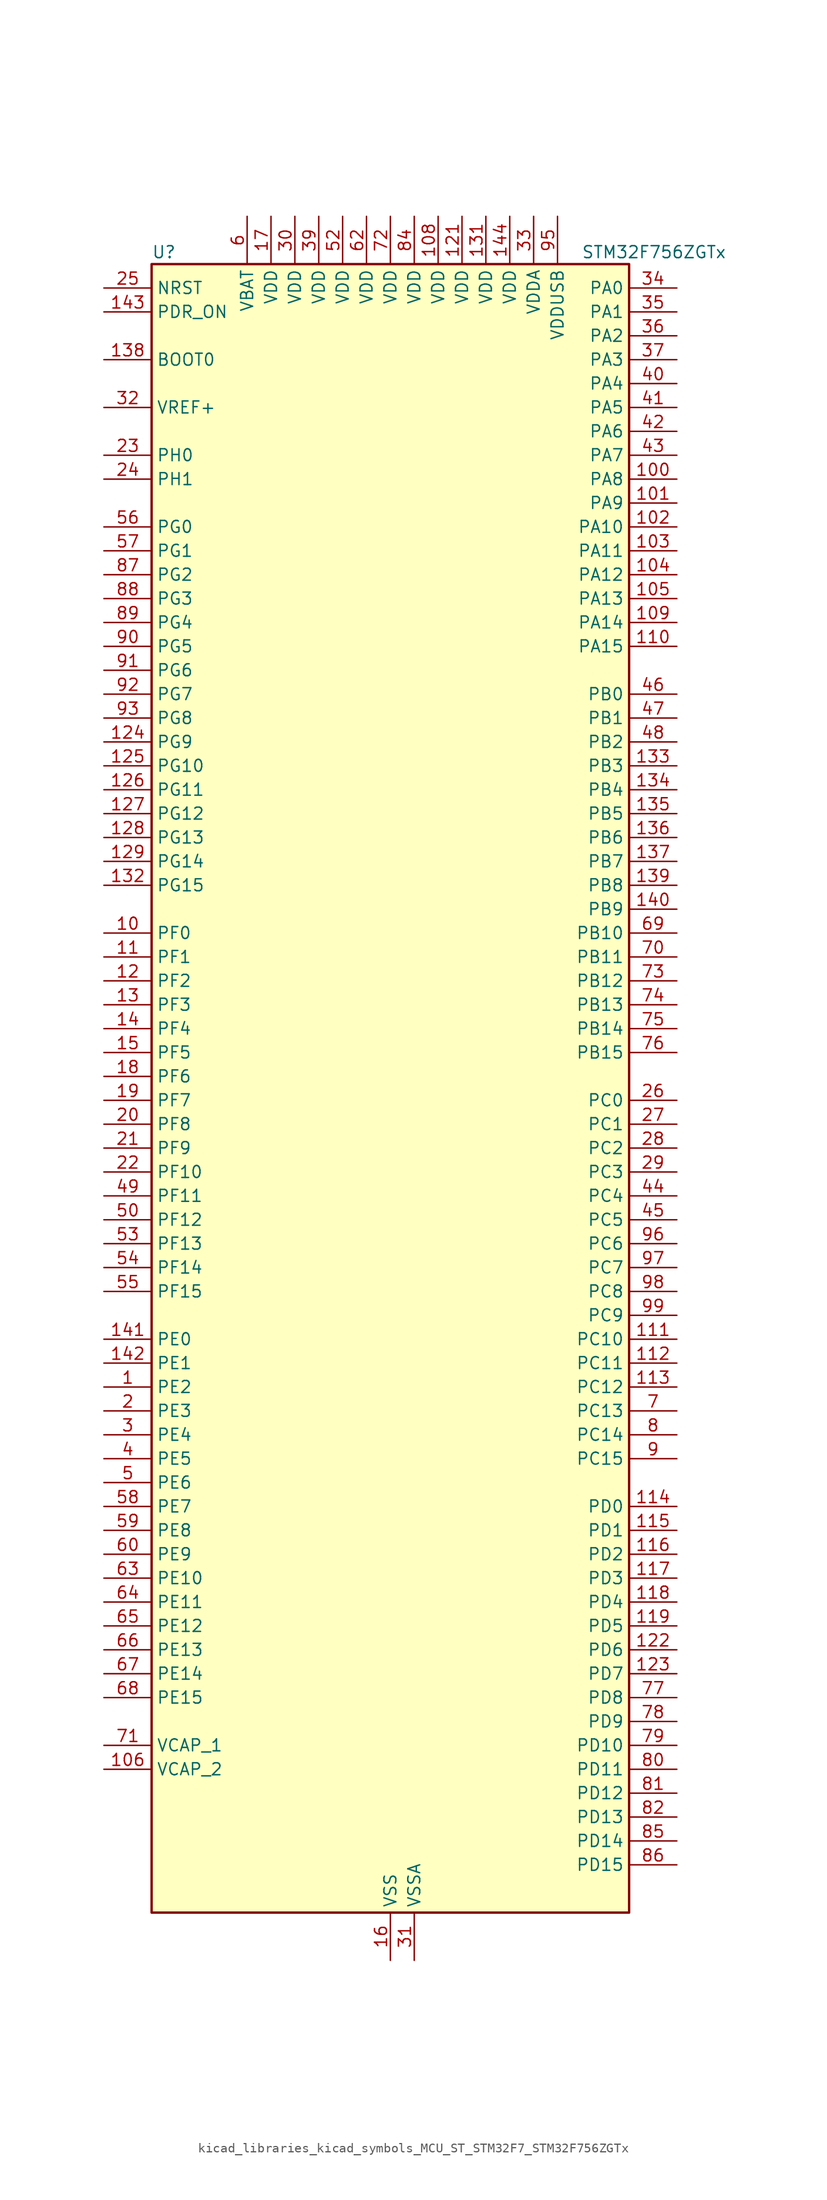
<source format=kicad_sym>
(kicad_symbol_lib
  (version 20220914)
  (generator kicad_symbol_editor)
  (symbol "kicad_libraries_kicad_symbols_MCU_ST_STM32F7_STM32F756ZGTx"
    (property "Reference" "U"
      (at -25.4 90.17 0)
      (effects (font (size 1.27 1.27)) (justify left)))
    (property "Value" "STM32F756ZGTx"
      (at 20.32 90.17 0)
      (effects (font (size 1.27 1.27)) (justify left)))
    (property "ki_locked" ""
      (at 0 0 0)
      (effects (font (size 1.27 1.27))))
    (symbol "kicad_libraries_kicad_symbols_MCU_ST_STM32F7_STM32F756ZGTx_0_1"
      (rectangle (start -25.4 -86.36) (end 25.4 88.9) (stroke (width 0.254) (type default)) (fill (type background))))
    (symbol "kicad_libraries_kicad_symbols_MCU_ST_STM32F7_STM32F756ZGTx_1_1"
      (pin bidirectional line (at -30.48 -30.48 0) (length 5.08) (name "PE2" (effects (font (size 1.27 1.27)))) (number "1" (effects (font (size 1.27 1.27)))) (alternate "ETH_TXD3" bidirectional line) (alternate "FMC_A23" bidirectional line) (alternate "QUADSPI_BK1_IO2" bidirectional line) (alternate "SAI1_MCLK_A" bidirectional line) (alternate "SPI4_SCK" bidirectional line) (alternate "SYS_TRACECLK" bidirectional line))
      (pin bidirectional line (at -30.48 17.78 0) (length 5.08) (name "PF0" (effects (font (size 1.27 1.27)))) (number "10" (effects (font (size 1.27 1.27)))) (alternate "FMC_A0" bidirectional line) (alternate "I2C2_SDA" bidirectional line))
      (pin bidirectional line (at 30.48 66.04 180) (length 5.08) (name "PA8" (effects (font (size 1.27 1.27)))) (number "100" (effects (font (size 1.27 1.27)))) (alternate "I2C3_SCL" bidirectional line) (alternate "LTDC_R6" bidirectional line) (alternate "RCC_MCO_1" bidirectional line) (alternate "TIM1_CH1" bidirectional line) (alternate "TIM8_BKIN2" bidirectional line) (alternate "USART1_CK" bidirectional line) (alternate "USB_OTG_FS_SOF" bidirectional line))
      (pin bidirectional line (at 30.48 63.5 180) (length 5.08) (name "PA9" (effects (font (size 1.27 1.27)))) (number "101" (effects (font (size 1.27 1.27)))) (alternate "DAC_EXTI9" bidirectional line) (alternate "DCMI_D0" bidirectional line) (alternate "I2C3_SMBA" bidirectional line) (alternate "I2S2_CK" bidirectional line) (alternate "SPI2_SCK" bidirectional line) (alternate "TIM1_CH2" bidirectional line) (alternate "USART1_TX" bidirectional line) (alternate "USB_OTG_FS_VBUS" bidirectional line))
      (pin bidirectional line (at 30.48 60.96 180) (length 5.08) (name "PA10" (effects (font (size 1.27 1.27)))) (number "102" (effects (font (size 1.27 1.27)))) (alternate "DCMI_D1" bidirectional line) (alternate "TIM1_CH3" bidirectional line) (alternate "USART1_RX" bidirectional line) (alternate "USB_OTG_FS_ID" bidirectional line))
      (pin bidirectional line (at 30.48 58.42 180) (length 5.08) (name "PA11" (effects (font (size 1.27 1.27)))) (number "103" (effects (font (size 1.27 1.27)))) (alternate "ADC1_EXTI11" bidirectional line) (alternate "ADC2_EXTI11" bidirectional line) (alternate "ADC3_EXTI11" bidirectional line) (alternate "CAN1_RX" bidirectional line) (alternate "LTDC_R4" bidirectional line) (alternate "TIM1_CH4" bidirectional line) (alternate "USART1_CTS" bidirectional line) (alternate "USB_OTG_FS_DM" bidirectional line))
      (pin bidirectional line (at 30.48 55.88 180) (length 5.08) (name "PA12" (effects (font (size 1.27 1.27)))) (number "104" (effects (font (size 1.27 1.27)))) (alternate "CAN1_TX" bidirectional line) (alternate "LTDC_R5" bidirectional line) (alternate "SAI2_FS_B" bidirectional line) (alternate "TIM1_ETR" bidirectional line) (alternate "USART1_DE" bidirectional line) (alternate "USART1_RTS" bidirectional line) (alternate "USB_OTG_FS_DP" bidirectional line))
      (pin bidirectional line (at 30.48 53.34 180) (length 5.08) (name "PA13" (effects (font (size 1.27 1.27)))) (number "105" (effects (font (size 1.27 1.27)))) (alternate "SYS_JTMS-SWDIO" bidirectional line))
      (pin power_out line (at -30.48 -71.12 0) (length 5.08) (name "VCAP_2" (effects (font (size 1.27 1.27)))) (number "106" (effects (font (size 1.27 1.27)))))
      (pin passive line (at 0 -91.44 90) (length 5.08) hide (name "VSS" (effects (font (size 1.27 1.27)))) (number "107" (effects (font (size 1.27 1.27)))))
      (pin power_in line (at 5.08 93.98 270) (length 5.08) (name "VDD" (effects (font (size 1.27 1.27)))) (number "108" (effects (font (size 1.27 1.27)))))
      (pin bidirectional line (at 30.48 50.8 180) (length 5.08) (name "PA14" (effects (font (size 1.27 1.27)))) (number "109" (effects (font (size 1.27 1.27)))) (alternate "SYS_JTCK-SWCLK" bidirectional line))
      (pin bidirectional line (at -30.48 15.24 0) (length 5.08) (name "PF1" (effects (font (size 1.27 1.27)))) (number "11" (effects (font (size 1.27 1.27)))) (alternate "FMC_A1" bidirectional line) (alternate "I2C2_SCL" bidirectional line))
      (pin bidirectional line (at 30.48 48.26 180) (length 5.08) (name "PA15" (effects (font (size 1.27 1.27)))) (number "110" (effects (font (size 1.27 1.27)))) (alternate "CEC" bidirectional line) (alternate "I2S1_WS" bidirectional line) (alternate "I2S3_WS" bidirectional line) (alternate "SPI1_NSS" bidirectional line) (alternate "SPI3_NSS" bidirectional line) (alternate "SYS_JTDI" bidirectional line) (alternate "TIM2_CH1" bidirectional line) (alternate "TIM2_ETR" bidirectional line) (alternate "UART4_DE" bidirectional line) (alternate "UART4_RTS" bidirectional line))
      (pin bidirectional line (at 30.48 -25.4 180) (length 5.08) (name "PC10" (effects (font (size 1.27 1.27)))) (number "111" (effects (font (size 1.27 1.27)))) (alternate "DCMI_D8" bidirectional line) (alternate "I2S3_CK" bidirectional line) (alternate "LTDC_R2" bidirectional line) (alternate "QUADSPI_BK1_IO1" bidirectional line) (alternate "SDMMC1_D2" bidirectional line) (alternate "SPI3_SCK" bidirectional line) (alternate "UART4_TX" bidirectional line) (alternate "USART3_TX" bidirectional line))
      (pin bidirectional line (at 30.48 -27.94 180) (length 5.08) (name "PC11" (effects (font (size 1.27 1.27)))) (number "112" (effects (font (size 1.27 1.27)))) (alternate "ADC1_EXTI11" bidirectional line) (alternate "ADC2_EXTI11" bidirectional line) (alternate "ADC3_EXTI11" bidirectional line) (alternate "DCMI_D4" bidirectional line) (alternate "QUADSPI_BK2_NCS" bidirectional line) (alternate "SDMMC1_D3" bidirectional line) (alternate "SPI3_MISO" bidirectional line) (alternate "UART4_RX" bidirectional line) (alternate "USART3_RX" bidirectional line))
      (pin bidirectional line (at 30.48 -30.48 180) (length 5.08) (name "PC12" (effects (font (size 1.27 1.27)))) (number "113" (effects (font (size 1.27 1.27)))) (alternate "DCMI_D9" bidirectional line) (alternate "I2S3_SD" bidirectional line) (alternate "SDMMC1_CK" bidirectional line) (alternate "SPI3_MOSI" bidirectional line) (alternate "SYS_TRACED3" bidirectional line) (alternate "UART5_TX" bidirectional line) (alternate "USART3_CK" bidirectional line))
      (pin bidirectional line (at 30.48 -43.18 180) (length 5.08) (name "PD0" (effects (font (size 1.27 1.27)))) (number "114" (effects (font (size 1.27 1.27)))) (alternate "CAN1_RX" bidirectional line) (alternate "FMC_D2" bidirectional line) (alternate "FMC_DA2" bidirectional line))
      (pin bidirectional line (at 30.48 -45.72 180) (length 5.08) (name "PD1" (effects (font (size 1.27 1.27)))) (number "115" (effects (font (size 1.27 1.27)))) (alternate "CAN1_TX" bidirectional line) (alternate "FMC_D3" bidirectional line) (alternate "FMC_DA3" bidirectional line))
      (pin bidirectional line (at 30.48 -48.26 180) (length 5.08) (name "PD2" (effects (font (size 1.27 1.27)))) (number "116" (effects (font (size 1.27 1.27)))) (alternate "DCMI_D11" bidirectional line) (alternate "SDMMC1_CMD" bidirectional line) (alternate "SYS_TRACED2" bidirectional line) (alternate "TIM3_ETR" bidirectional line) (alternate "UART5_RX" bidirectional line))
      (pin bidirectional line (at 30.48 -50.8 180) (length 5.08) (name "PD3" (effects (font (size 1.27 1.27)))) (number "117" (effects (font (size 1.27 1.27)))) (alternate "DCMI_D5" bidirectional line) (alternate "FMC_CLK" bidirectional line) (alternate "I2S2_CK" bidirectional line) (alternate "LTDC_G7" bidirectional line) (alternate "SPI2_SCK" bidirectional line) (alternate "USART2_CTS" bidirectional line))
      (pin bidirectional line (at 30.48 -53.34 180) (length 5.08) (name "PD4" (effects (font (size 1.27 1.27)))) (number "118" (effects (font (size 1.27 1.27)))) (alternate "FMC_NOE" bidirectional line) (alternate "USART2_DE" bidirectional line) (alternate "USART2_RTS" bidirectional line))
      (pin bidirectional line (at 30.48 -55.88 180) (length 5.08) (name "PD5" (effects (font (size 1.27 1.27)))) (number "119" (effects (font (size 1.27 1.27)))) (alternate "FMC_NWE" bidirectional line) (alternate "USART2_TX" bidirectional line))
      (pin bidirectional line (at -30.48 12.7 0) (length 5.08) (name "PF2" (effects (font (size 1.27 1.27)))) (number "12" (effects (font (size 1.27 1.27)))) (alternate "FMC_A2" bidirectional line) (alternate "I2C2_SMBA" bidirectional line))
      (pin passive line (at 0 -91.44 90) (length 5.08) hide (name "VSS" (effects (font (size 1.27 1.27)))) (number "120" (effects (font (size 1.27 1.27)))))
      (pin power_in line (at 7.62 93.98 270) (length 5.08) (name "VDD" (effects (font (size 1.27 1.27)))) (number "121" (effects (font (size 1.27 1.27)))))
      (pin bidirectional line (at 30.48 -58.42 180) (length 5.08) (name "PD6" (effects (font (size 1.27 1.27)))) (number "122" (effects (font (size 1.27 1.27)))) (alternate "DCMI_D10" bidirectional line) (alternate "FMC_NWAIT" bidirectional line) (alternate "I2S3_SD" bidirectional line) (alternate "LTDC_B2" bidirectional line) (alternate "SAI1_SD_A" bidirectional line) (alternate "SPI3_MOSI" bidirectional line) (alternate "USART2_RX" bidirectional line))
      (pin bidirectional line (at 30.48 -60.96 180) (length 5.08) (name "PD7" (effects (font (size 1.27 1.27)))) (number "123" (effects (font (size 1.27 1.27)))) (alternate "FMC_NE1" bidirectional line) (alternate "SPDIFRX_IN0" bidirectional line) (alternate "USART2_CK" bidirectional line))
      (pin bidirectional line (at -30.48 38.1 0) (length 5.08) (name "PG9" (effects (font (size 1.27 1.27)))) (number "124" (effects (font (size 1.27 1.27)))) (alternate "DAC_EXTI9" bidirectional line) (alternate "DCMI_VSYNC" bidirectional line) (alternate "FMC_NCE" bidirectional line) (alternate "FMC_NE2" bidirectional line) (alternate "QUADSPI_BK2_IO2" bidirectional line) (alternate "SAI2_FS_B" bidirectional line) (alternate "SPDIFRX_IN3" bidirectional line) (alternate "USART6_RX" bidirectional line))
      (pin bidirectional line (at -30.48 35.56 0) (length 5.08) (name "PG10" (effects (font (size 1.27 1.27)))) (number "125" (effects (font (size 1.27 1.27)))) (alternate "DCMI_D2" bidirectional line) (alternate "FMC_NE3" bidirectional line) (alternate "LTDC_B2" bidirectional line) (alternate "LTDC_G3" bidirectional line) (alternate "SAI2_SD_B" bidirectional line))
      (pin bidirectional line (at -30.48 33.02 0) (length 5.08) (name "PG11" (effects (font (size 1.27 1.27)))) (number "126" (effects (font (size 1.27 1.27)))) (alternate "ADC1_EXTI11" bidirectional line) (alternate "ADC2_EXTI11" bidirectional line) (alternate "ADC3_EXTI11" bidirectional line) (alternate "DCMI_D3" bidirectional line) (alternate "ETH_TX_EN" bidirectional line) (alternate "LTDC_B3" bidirectional line) (alternate "SPDIFRX_IN0" bidirectional line))
      (pin bidirectional line (at -30.48 30.48 0) (length 5.08) (name "PG12" (effects (font (size 1.27 1.27)))) (number "127" (effects (font (size 1.27 1.27)))) (alternate "FMC_NE4" bidirectional line) (alternate "LPTIM1_IN1" bidirectional line) (alternate "LTDC_B1" bidirectional line) (alternate "LTDC_B4" bidirectional line) (alternate "SPDIFRX_IN1" bidirectional line) (alternate "SPI6_MISO" bidirectional line) (alternate "USART6_DE" bidirectional line) (alternate "USART6_RTS" bidirectional line))
      (pin bidirectional line (at -30.48 27.94 0) (length 5.08) (name "PG13" (effects (font (size 1.27 1.27)))) (number "128" (effects (font (size 1.27 1.27)))) (alternate "ETH_TXD0" bidirectional line) (alternate "FMC_A24" bidirectional line) (alternate "LPTIM1_OUT" bidirectional line) (alternate "LTDC_R0" bidirectional line) (alternate "SPI6_SCK" bidirectional line) (alternate "SYS_TRACED0" bidirectional line) (alternate "USART6_CTS" bidirectional line))
      (pin bidirectional line (at -30.48 25.4 0) (length 5.08) (name "PG14" (effects (font (size 1.27 1.27)))) (number "129" (effects (font (size 1.27 1.27)))) (alternate "ETH_TXD1" bidirectional line) (alternate "FMC_A25" bidirectional line) (alternate "LPTIM1_ETR" bidirectional line) (alternate "LTDC_B0" bidirectional line) (alternate "QUADSPI_BK2_IO3" bidirectional line) (alternate "SPI6_MOSI" bidirectional line) (alternate "SYS_TRACED1" bidirectional line) (alternate "USART6_TX" bidirectional line))
      (pin bidirectional line (at -30.48 10.16 0) (length 5.08) (name "PF3" (effects (font (size 1.27 1.27)))) (number "13" (effects (font (size 1.27 1.27)))) (alternate "ADC3_IN9" bidirectional line) (alternate "FMC_A3" bidirectional line))
      (pin passive line (at 0 -91.44 90) (length 5.08) hide (name "VSS" (effects (font (size 1.27 1.27)))) (number "130" (effects (font (size 1.27 1.27)))))
      (pin power_in line (at 10.16 93.98 270) (length 5.08) (name "VDD" (effects (font (size 1.27 1.27)))) (number "131" (effects (font (size 1.27 1.27)))))
      (pin bidirectional line (at -30.48 22.86 0) (length 5.08) (name "PG15" (effects (font (size 1.27 1.27)))) (number "132" (effects (font (size 1.27 1.27)))) (alternate "DCMI_D13" bidirectional line) (alternate "FMC_SDNCAS" bidirectional line) (alternate "USART6_CTS" bidirectional line))
      (pin bidirectional line (at 30.48 35.56 180) (length 5.08) (name "PB3" (effects (font (size 1.27 1.27)))) (number "133" (effects (font (size 1.27 1.27)))) (alternate "I2S1_CK" bidirectional line) (alternate "I2S3_CK" bidirectional line) (alternate "SPI1_SCK" bidirectional line) (alternate "SPI3_SCK" bidirectional line) (alternate "SYS_JTDO-SWO" bidirectional line) (alternate "TIM2_CH2" bidirectional line))
      (pin bidirectional line (at 30.48 33.02 180) (length 5.08) (name "PB4" (effects (font (size 1.27 1.27)))) (number "134" (effects (font (size 1.27 1.27)))) (alternate "I2S2_WS" bidirectional line) (alternate "SPI1_MISO" bidirectional line) (alternate "SPI2_NSS" bidirectional line) (alternate "SPI3_MISO" bidirectional line) (alternate "SYS_JTRST" bidirectional line) (alternate "TIM3_CH1" bidirectional line))
      (pin bidirectional line (at 30.48 30.48 180) (length 5.08) (name "PB5" (effects (font (size 1.27 1.27)))) (number "135" (effects (font (size 1.27 1.27)))) (alternate "CAN2_RX" bidirectional line) (alternate "DCMI_D10" bidirectional line) (alternate "ETH_PPS_OUT" bidirectional line) (alternate "FMC_SDCKE1" bidirectional line) (alternate "I2C1_SMBA" bidirectional line) (alternate "I2S1_SD" bidirectional line) (alternate "I2S3_SD" bidirectional line) (alternate "SPI1_MOSI" bidirectional line) (alternate "SPI3_MOSI" bidirectional line) (alternate "TIM3_CH2" bidirectional line) (alternate "USB_OTG_HS_ULPI_D7" bidirectional line))
      (pin bidirectional line (at 30.48 27.94 180) (length 5.08) (name "PB6" (effects (font (size 1.27 1.27)))) (number "136" (effects (font (size 1.27 1.27)))) (alternate "CAN2_TX" bidirectional line) (alternate "CEC" bidirectional line) (alternate "DCMI_D5" bidirectional line) (alternate "FMC_SDNE1" bidirectional line) (alternate "I2C1_SCL" bidirectional line) (alternate "QUADSPI_BK1_NCS" bidirectional line) (alternate "TIM4_CH1" bidirectional line) (alternate "USART1_TX" bidirectional line))
      (pin bidirectional line (at 30.48 25.4 180) (length 5.08) (name "PB7" (effects (font (size 1.27 1.27)))) (number "137" (effects (font (size 1.27 1.27)))) (alternate "DCMI_VSYNC" bidirectional line) (alternate "FMC_NL" bidirectional line) (alternate "I2C1_SDA" bidirectional line) (alternate "TIM4_CH2" bidirectional line) (alternate "USART1_RX" bidirectional line))
      (pin input line (at -30.48 78.74 0) (length 5.08) (name "BOOT0" (effects (font (size 1.27 1.27)))) (number "138" (effects (font (size 1.27 1.27)))))
      (pin bidirectional line (at 30.48 22.86 180) (length 5.08) (name "PB8" (effects (font (size 1.27 1.27)))) (number "139" (effects (font (size 1.27 1.27)))) (alternate "CAN1_RX" bidirectional line) (alternate "DCMI_D6" bidirectional line) (alternate "ETH_TXD3" bidirectional line) (alternate "I2C1_SCL" bidirectional line) (alternate "LTDC_B6" bidirectional line) (alternate "SDMMC1_D4" bidirectional line) (alternate "TIM10_CH1" bidirectional line) (alternate "TIM4_CH3" bidirectional line))
      (pin bidirectional line (at -30.48 7.62 0) (length 5.08) (name "PF4" (effects (font (size 1.27 1.27)))) (number "14" (effects (font (size 1.27 1.27)))) (alternate "ADC3_IN14" bidirectional line) (alternate "FMC_A4" bidirectional line))
      (pin bidirectional line (at 30.48 20.32 180) (length 5.08) (name "PB9" (effects (font (size 1.27 1.27)))) (number "140" (effects (font (size 1.27 1.27)))) (alternate "CAN1_TX" bidirectional line) (alternate "DAC_EXTI9" bidirectional line) (alternate "DCMI_D7" bidirectional line) (alternate "I2C1_SDA" bidirectional line) (alternate "I2S2_WS" bidirectional line) (alternate "LTDC_B7" bidirectional line) (alternate "SDMMC1_D5" bidirectional line) (alternate "SPI2_NSS" bidirectional line) (alternate "TIM11_CH1" bidirectional line) (alternate "TIM4_CH4" bidirectional line))
      (pin bidirectional line (at -30.48 -25.4 0) (length 5.08) (name "PE0" (effects (font (size 1.27 1.27)))) (number "141" (effects (font (size 1.27 1.27)))) (alternate "DCMI_D2" bidirectional line) (alternate "FMC_NBL0" bidirectional line) (alternate "LPTIM1_ETR" bidirectional line) (alternate "SAI2_MCLK_A" bidirectional line) (alternate "TIM4_ETR" bidirectional line) (alternate "UART8_RX" bidirectional line))
      (pin bidirectional line (at -30.48 -27.94 0) (length 5.08) (name "PE1" (effects (font (size 1.27 1.27)))) (number "142" (effects (font (size 1.27 1.27)))) (alternate "DCMI_D3" bidirectional line) (alternate "FMC_NBL1" bidirectional line) (alternate "LPTIM1_IN2" bidirectional line) (alternate "UART8_TX" bidirectional line))
      (pin input line (at -30.48 83.82 0) (length 5.08) (name "PDR_ON" (effects (font (size 1.27 1.27)))) (number "143" (effects (font (size 1.27 1.27)))))
      (pin power_in line (at 12.7 93.98 270) (length 5.08) (name "VDD" (effects (font (size 1.27 1.27)))) (number "144" (effects (font (size 1.27 1.27)))))
      (pin bidirectional line (at -30.48 5.08 0) (length 5.08) (name "PF5" (effects (font (size 1.27 1.27)))) (number "15" (effects (font (size 1.27 1.27)))) (alternate "ADC3_IN15" bidirectional line) (alternate "FMC_A5" bidirectional line))
      (pin power_in line (at 0 -91.44 90) (length 5.08) (name "VSS" (effects (font (size 1.27 1.27)))) (number "16" (effects (font (size 1.27 1.27)))))
      (pin power_in line (at -12.7 93.98 270) (length 5.08) (name "VDD" (effects (font (size 1.27 1.27)))) (number "17" (effects (font (size 1.27 1.27)))))
      (pin bidirectional line (at -30.48 2.54 0) (length 5.08) (name "PF6" (effects (font (size 1.27 1.27)))) (number "18" (effects (font (size 1.27 1.27)))) (alternate "ADC3_IN4" bidirectional line) (alternate "QUADSPI_BK1_IO3" bidirectional line) (alternate "SAI1_SD_B" bidirectional line) (alternate "SPI5_NSS" bidirectional line) (alternate "TIM10_CH1" bidirectional line) (alternate "UART7_RX" bidirectional line))
      (pin bidirectional line (at -30.48 0 0) (length 5.08) (name "PF7" (effects (font (size 1.27 1.27)))) (number "19" (effects (font (size 1.27 1.27)))) (alternate "ADC3_IN5" bidirectional line) (alternate "QUADSPI_BK1_IO2" bidirectional line) (alternate "SAI1_MCLK_B" bidirectional line) (alternate "SPI5_SCK" bidirectional line) (alternate "TIM11_CH1" bidirectional line) (alternate "UART7_TX" bidirectional line))
      (pin bidirectional line (at -30.48 -33.02 0) (length 5.08) (name "PE3" (effects (font (size 1.27 1.27)))) (number "2" (effects (font (size 1.27 1.27)))) (alternate "FMC_A19" bidirectional line) (alternate "SAI1_SD_B" bidirectional line) (alternate "SYS_TRACED0" bidirectional line))
      (pin bidirectional line (at -30.48 -2.54 0) (length 5.08) (name "PF8" (effects (font (size 1.27 1.27)))) (number "20" (effects (font (size 1.27 1.27)))) (alternate "ADC3_IN6" bidirectional line) (alternate "QUADSPI_BK1_IO0" bidirectional line) (alternate "SAI1_SCK_B" bidirectional line) (alternate "SPI5_MISO" bidirectional line) (alternate "TIM13_CH1" bidirectional line) (alternate "UART7_DE" bidirectional line) (alternate "UART7_RTS" bidirectional line))
      (pin bidirectional line (at -30.48 -5.08 0) (length 5.08) (name "PF9" (effects (font (size 1.27 1.27)))) (number "21" (effects (font (size 1.27 1.27)))) (alternate "ADC3_IN7" bidirectional line) (alternate "DAC_EXTI9" bidirectional line) (alternate "QUADSPI_BK1_IO1" bidirectional line) (alternate "SAI1_FS_B" bidirectional line) (alternate "SPI5_MOSI" bidirectional line) (alternate "TIM14_CH1" bidirectional line) (alternate "UART7_CTS" bidirectional line))
      (pin bidirectional line (at -30.48 -7.62 0) (length 5.08) (name "PF10" (effects (font (size 1.27 1.27)))) (number "22" (effects (font (size 1.27 1.27)))) (alternate "ADC3_IN8" bidirectional line) (alternate "DCMI_D11" bidirectional line) (alternate "LTDC_DE" bidirectional line))
      (pin bidirectional line (at -30.48 68.58 0) (length 5.08) (name "PH0" (effects (font (size 1.27 1.27)))) (number "23" (effects (font (size 1.27 1.27)))) (alternate "RCC_OSC_IN" bidirectional line))
      (pin bidirectional line (at -30.48 66.04 0) (length 5.08) (name "PH1" (effects (font (size 1.27 1.27)))) (number "24" (effects (font (size 1.27 1.27)))) (alternate "RCC_OSC_OUT" bidirectional line))
      (pin input line (at -30.48 86.36 0) (length 5.08) (name "NRST" (effects (font (size 1.27 1.27)))) (number "25" (effects (font (size 1.27 1.27)))))
      (pin bidirectional line (at 30.48 0 180) (length 5.08) (name "PC0" (effects (font (size 1.27 1.27)))) (number "26" (effects (font (size 1.27 1.27)))) (alternate "ADC1_IN10" bidirectional line) (alternate "ADC2_IN10" bidirectional line) (alternate "ADC3_IN10" bidirectional line) (alternate "FMC_SDNWE" bidirectional line) (alternate "LTDC_R5" bidirectional line) (alternate "SAI2_FS_B" bidirectional line) (alternate "USB_OTG_HS_ULPI_STP" bidirectional line))
      (pin bidirectional line (at 30.48 -2.54 180) (length 5.08) (name "PC1" (effects (font (size 1.27 1.27)))) (number "27" (effects (font (size 1.27 1.27)))) (alternate "ADC1_IN11" bidirectional line) (alternate "ADC2_IN11" bidirectional line) (alternate "ADC3_IN11" bidirectional line) (alternate "ETH_MDC" bidirectional line) (alternate "I2S2_SD" bidirectional line) (alternate "RTC_TAMP3" bidirectional line) (alternate "RTC_TS" bidirectional line) (alternate "SAI1_SD_A" bidirectional line) (alternate "SPI2_MOSI" bidirectional line) (alternate "SYS_TRACED0" bidirectional line) (alternate "SYS_WKUP3" bidirectional line))
      (pin bidirectional line (at 30.48 -5.08 180) (length 5.08) (name "PC2" (effects (font (size 1.27 1.27)))) (number "28" (effects (font (size 1.27 1.27)))) (alternate "ADC1_IN12" bidirectional line) (alternate "ADC2_IN12" bidirectional line) (alternate "ADC3_IN12" bidirectional line) (alternate "ETH_TXD2" bidirectional line) (alternate "FMC_SDNE0" bidirectional line) (alternate "SPI2_MISO" bidirectional line) (alternate "USB_OTG_HS_ULPI_DIR" bidirectional line))
      (pin bidirectional line (at 30.48 -7.62 180) (length 5.08) (name "PC3" (effects (font (size 1.27 1.27)))) (number "29" (effects (font (size 1.27 1.27)))) (alternate "ADC1_IN13" bidirectional line) (alternate "ADC2_IN13" bidirectional line) (alternate "ADC3_IN13" bidirectional line) (alternate "ETH_TX_CLK" bidirectional line) (alternate "FMC_SDCKE0" bidirectional line) (alternate "I2S2_SD" bidirectional line) (alternate "SPI2_MOSI" bidirectional line) (alternate "USB_OTG_HS_ULPI_NXT" bidirectional line))
      (pin bidirectional line (at -30.48 -35.56 0) (length 5.08) (name "PE4" (effects (font (size 1.27 1.27)))) (number "3" (effects (font (size 1.27 1.27)))) (alternate "DCMI_D4" bidirectional line) (alternate "FMC_A20" bidirectional line) (alternate "LTDC_B0" bidirectional line) (alternate "SAI1_FS_A" bidirectional line) (alternate "SPI4_NSS" bidirectional line) (alternate "SYS_TRACED1" bidirectional line))
      (pin power_in line (at -10.16 93.98 270) (length 5.08) (name "VDD" (effects (font (size 1.27 1.27)))) (number "30" (effects (font (size 1.27 1.27)))))
      (pin power_in line (at 2.54 -91.44 90) (length 5.08) (name "VSSA" (effects (font (size 1.27 1.27)))) (number "31" (effects (font (size 1.27 1.27)))))
      (pin input line (at -30.48 73.66 0) (length 5.08) (name "VREF+" (effects (font (size 1.27 1.27)))) (number "32" (effects (font (size 1.27 1.27)))))
      (pin power_in line (at 15.24 93.98 270) (length 5.08) (name "VDDA" (effects (font (size 1.27 1.27)))) (number "33" (effects (font (size 1.27 1.27)))))
      (pin bidirectional line (at 30.48 86.36 180) (length 5.08) (name "PA0" (effects (font (size 1.27 1.27)))) (number "34" (effects (font (size 1.27 1.27)))) (alternate "ADC1_IN0" bidirectional line) (alternate "ADC2_IN0" bidirectional line) (alternate "ADC3_IN0" bidirectional line) (alternate "ETH_CRS" bidirectional line) (alternate "SAI2_SD_B" bidirectional line) (alternate "SYS_WKUP1" bidirectional line) (alternate "TIM2_CH1" bidirectional line) (alternate "TIM2_ETR" bidirectional line) (alternate "TIM5_CH1" bidirectional line) (alternate "TIM8_ETR" bidirectional line) (alternate "UART4_TX" bidirectional line) (alternate "USART2_CTS" bidirectional line))
      (pin bidirectional line (at 30.48 83.82 180) (length 5.08) (name "PA1" (effects (font (size 1.27 1.27)))) (number "35" (effects (font (size 1.27 1.27)))) (alternate "ADC1_IN1" bidirectional line) (alternate "ADC2_IN1" bidirectional line) (alternate "ADC3_IN1" bidirectional line) (alternate "ETH_REF_CLK" bidirectional line) (alternate "ETH_RX_CLK" bidirectional line) (alternate "LTDC_R2" bidirectional line) (alternate "QUADSPI_BK1_IO3" bidirectional line) (alternate "SAI2_MCLK_B" bidirectional line) (alternate "TIM2_CH2" bidirectional line) (alternate "TIM5_CH2" bidirectional line) (alternate "UART4_RX" bidirectional line) (alternate "USART2_DE" bidirectional line) (alternate "USART2_RTS" bidirectional line))
      (pin bidirectional line (at 30.48 81.28 180) (length 5.08) (name "PA2" (effects (font (size 1.27 1.27)))) (number "36" (effects (font (size 1.27 1.27)))) (alternate "ADC1_IN2" bidirectional line) (alternate "ADC2_IN2" bidirectional line) (alternate "ADC3_IN2" bidirectional line) (alternate "ETH_MDIO" bidirectional line) (alternate "LTDC_R1" bidirectional line) (alternate "SAI2_SCK_B" bidirectional line) (alternate "SYS_WKUP2" bidirectional line) (alternate "TIM2_CH3" bidirectional line) (alternate "TIM5_CH3" bidirectional line) (alternate "TIM9_CH1" bidirectional line) (alternate "USART2_TX" bidirectional line))
      (pin bidirectional line (at 30.48 78.74 180) (length 5.08) (name "PA3" (effects (font (size 1.27 1.27)))) (number "37" (effects (font (size 1.27 1.27)))) (alternate "ADC1_IN3" bidirectional line) (alternate "ADC2_IN3" bidirectional line) (alternate "ADC3_IN3" bidirectional line) (alternate "ETH_COL" bidirectional line) (alternate "LTDC_B5" bidirectional line) (alternate "TIM2_CH4" bidirectional line) (alternate "TIM5_CH4" bidirectional line) (alternate "TIM9_CH2" bidirectional line) (alternate "USART2_RX" bidirectional line) (alternate "USB_OTG_HS_ULPI_D0" bidirectional line))
      (pin passive line (at 0 -91.44 90) (length 5.08) hide (name "VSS" (effects (font (size 1.27 1.27)))) (number "38" (effects (font (size 1.27 1.27)))))
      (pin power_in line (at -7.62 93.98 270) (length 5.08) (name "VDD" (effects (font (size 1.27 1.27)))) (number "39" (effects (font (size 1.27 1.27)))))
      (pin bidirectional line (at -30.48 -38.1 0) (length 5.08) (name "PE5" (effects (font (size 1.27 1.27)))) (number "4" (effects (font (size 1.27 1.27)))) (alternate "DCMI_D6" bidirectional line) (alternate "FMC_A21" bidirectional line) (alternate "LTDC_G0" bidirectional line) (alternate "SAI1_SCK_A" bidirectional line) (alternate "SPI4_MISO" bidirectional line) (alternate "SYS_TRACED2" bidirectional line) (alternate "TIM9_CH1" bidirectional line))
      (pin bidirectional line (at 30.48 76.2 180) (length 5.08) (name "PA4" (effects (font (size 1.27 1.27)))) (number "40" (effects (font (size 1.27 1.27)))) (alternate "ADC1_IN4" bidirectional line) (alternate "ADC2_IN4" bidirectional line) (alternate "DAC_OUT1" bidirectional line) (alternate "DCMI_HSYNC" bidirectional line) (alternate "I2S1_WS" bidirectional line) (alternate "I2S3_WS" bidirectional line) (alternate "LTDC_VSYNC" bidirectional line) (alternate "SPI1_NSS" bidirectional line) (alternate "SPI3_NSS" bidirectional line) (alternate "USART2_CK" bidirectional line) (alternate "USB_OTG_HS_SOF" bidirectional line))
      (pin bidirectional line (at 30.48 73.66 180) (length 5.08) (name "PA5" (effects (font (size 1.27 1.27)))) (number "41" (effects (font (size 1.27 1.27)))) (alternate "ADC1_IN5" bidirectional line) (alternate "ADC2_IN5" bidirectional line) (alternate "DAC_OUT2" bidirectional line) (alternate "I2S1_CK" bidirectional line) (alternate "LTDC_R4" bidirectional line) (alternate "SPI1_SCK" bidirectional line) (alternate "TIM2_CH1" bidirectional line) (alternate "TIM2_ETR" bidirectional line) (alternate "TIM8_CH1N" bidirectional line) (alternate "USB_OTG_HS_ULPI_CK" bidirectional line))
      (pin bidirectional line (at 30.48 71.12 180) (length 5.08) (name "PA6" (effects (font (size 1.27 1.27)))) (number "42" (effects (font (size 1.27 1.27)))) (alternate "ADC1_IN6" bidirectional line) (alternate "ADC2_IN6" bidirectional line) (alternate "DCMI_PIXCLK" bidirectional line) (alternate "LTDC_G2" bidirectional line) (alternate "SPI1_MISO" bidirectional line) (alternate "TIM13_CH1" bidirectional line) (alternate "TIM1_BKIN" bidirectional line) (alternate "TIM3_CH1" bidirectional line) (alternate "TIM8_BKIN" bidirectional line))
      (pin bidirectional line (at 30.48 68.58 180) (length 5.08) (name "PA7" (effects (font (size 1.27 1.27)))) (number "43" (effects (font (size 1.27 1.27)))) (alternate "ADC1_IN7" bidirectional line) (alternate "ADC2_IN7" bidirectional line) (alternate "ETH_CRS_DV" bidirectional line) (alternate "ETH_RX_DV" bidirectional line) (alternate "FMC_SDNWE" bidirectional line) (alternate "I2S1_SD" bidirectional line) (alternate "SPI1_MOSI" bidirectional line) (alternate "TIM14_CH1" bidirectional line) (alternate "TIM1_CH1N" bidirectional line) (alternate "TIM3_CH2" bidirectional line) (alternate "TIM8_CH1N" bidirectional line))
      (pin bidirectional line (at 30.48 -10.16 180) (length 5.08) (name "PC4" (effects (font (size 1.27 1.27)))) (number "44" (effects (font (size 1.27 1.27)))) (alternate "ADC1_IN14" bidirectional line) (alternate "ADC2_IN14" bidirectional line) (alternate "ETH_RXD0" bidirectional line) (alternate "FMC_SDNE0" bidirectional line) (alternate "I2S1_MCK" bidirectional line) (alternate "SPDIFRX_IN2" bidirectional line))
      (pin bidirectional line (at 30.48 -12.7 180) (length 5.08) (name "PC5" (effects (font (size 1.27 1.27)))) (number "45" (effects (font (size 1.27 1.27)))) (alternate "ADC1_IN15" bidirectional line) (alternate "ADC2_IN15" bidirectional line) (alternate "ETH_RXD1" bidirectional line) (alternate "FMC_SDCKE0" bidirectional line) (alternate "SPDIFRX_IN3" bidirectional line))
      (pin bidirectional line (at 30.48 43.18 180) (length 5.08) (name "PB0" (effects (font (size 1.27 1.27)))) (number "46" (effects (font (size 1.27 1.27)))) (alternate "ADC1_IN8" bidirectional line) (alternate "ADC2_IN8" bidirectional line) (alternate "ETH_RXD2" bidirectional line) (alternate "LTDC_R3" bidirectional line) (alternate "TIM1_CH2N" bidirectional line) (alternate "TIM3_CH3" bidirectional line) (alternate "TIM8_CH2N" bidirectional line) (alternate "UART4_CTS" bidirectional line) (alternate "USB_OTG_HS_ULPI_D1" bidirectional line))
      (pin bidirectional line (at 30.48 40.64 180) (length 5.08) (name "PB1" (effects (font (size 1.27 1.27)))) (number "47" (effects (font (size 1.27 1.27)))) (alternate "ADC1_IN9" bidirectional line) (alternate "ADC2_IN9" bidirectional line) (alternate "ETH_RXD3" bidirectional line) (alternate "LTDC_R6" bidirectional line) (alternate "TIM1_CH3N" bidirectional line) (alternate "TIM3_CH4" bidirectional line) (alternate "TIM8_CH3N" bidirectional line) (alternate "USB_OTG_HS_ULPI_D2" bidirectional line))
      (pin bidirectional line (at 30.48 38.1 180) (length 5.08) (name "PB2" (effects (font (size 1.27 1.27)))) (number "48" (effects (font (size 1.27 1.27)))) (alternate "I2S3_SD" bidirectional line) (alternate "QUADSPI_CLK" bidirectional line) (alternate "SAI1_SD_A" bidirectional line) (alternate "SPI3_MOSI" bidirectional line))
      (pin bidirectional line (at -30.48 -10.16 0) (length 5.08) (name "PF11" (effects (font (size 1.27 1.27)))) (number "49" (effects (font (size 1.27 1.27)))) (alternate "ADC1_EXTI11" bidirectional line) (alternate "ADC2_EXTI11" bidirectional line) (alternate "ADC3_EXTI11" bidirectional line) (alternate "DCMI_D12" bidirectional line) (alternate "FMC_SDNRAS" bidirectional line) (alternate "SAI2_SD_B" bidirectional line) (alternate "SPI5_MOSI" bidirectional line))
      (pin bidirectional line (at -30.48 -40.64 0) (length 5.08) (name "PE6" (effects (font (size 1.27 1.27)))) (number "5" (effects (font (size 1.27 1.27)))) (alternate "DCMI_D7" bidirectional line) (alternate "FMC_A22" bidirectional line) (alternate "LTDC_G1" bidirectional line) (alternate "SAI1_SD_A" bidirectional line) (alternate "SAI2_MCLK_B" bidirectional line) (alternate "SPI4_MOSI" bidirectional line) (alternate "SYS_TRACED3" bidirectional line) (alternate "TIM1_BKIN2" bidirectional line) (alternate "TIM9_CH2" bidirectional line))
      (pin bidirectional line (at -30.48 -12.7 0) (length 5.08) (name "PF12" (effects (font (size 1.27 1.27)))) (number "50" (effects (font (size 1.27 1.27)))) (alternate "FMC_A6" bidirectional line))
      (pin passive line (at 0 -91.44 90) (length 5.08) hide (name "VSS" (effects (font (size 1.27 1.27)))) (number "51" (effects (font (size 1.27 1.27)))))
      (pin power_in line (at -5.08 93.98 270) (length 5.08) (name "VDD" (effects (font (size 1.27 1.27)))) (number "52" (effects (font (size 1.27 1.27)))))
      (pin bidirectional line (at -30.48 -15.24 0) (length 5.08) (name "PF13" (effects (font (size 1.27 1.27)))) (number "53" (effects (font (size 1.27 1.27)))) (alternate "FMC_A7" bidirectional line) (alternate "I2C4_SMBA" bidirectional line))
      (pin bidirectional line (at -30.48 -17.78 0) (length 5.08) (name "PF14" (effects (font (size 1.27 1.27)))) (number "54" (effects (font (size 1.27 1.27)))) (alternate "FMC_A8" bidirectional line) (alternate "I2C4_SCL" bidirectional line))
      (pin bidirectional line (at -30.48 -20.32 0) (length 5.08) (name "PF15" (effects (font (size 1.27 1.27)))) (number "55" (effects (font (size 1.27 1.27)))) (alternate "FMC_A9" bidirectional line) (alternate "I2C4_SDA" bidirectional line))
      (pin bidirectional line (at -30.48 60.96 0) (length 5.08) (name "PG0" (effects (font (size 1.27 1.27)))) (number "56" (effects (font (size 1.27 1.27)))) (alternate "FMC_A10" bidirectional line))
      (pin bidirectional line (at -30.48 58.42 0) (length 5.08) (name "PG1" (effects (font (size 1.27 1.27)))) (number "57" (effects (font (size 1.27 1.27)))) (alternate "FMC_A11" bidirectional line))
      (pin bidirectional line (at -30.48 -43.18 0) (length 5.08) (name "PE7" (effects (font (size 1.27 1.27)))) (number "58" (effects (font (size 1.27 1.27)))) (alternate "FMC_D4" bidirectional line) (alternate "FMC_DA4" bidirectional line) (alternate "QUADSPI_BK2_IO0" bidirectional line) (alternate "TIM1_ETR" bidirectional line) (alternate "UART7_RX" bidirectional line))
      (pin bidirectional line (at -30.48 -45.72 0) (length 5.08) (name "PE8" (effects (font (size 1.27 1.27)))) (number "59" (effects (font (size 1.27 1.27)))) (alternate "FMC_D5" bidirectional line) (alternate "FMC_DA5" bidirectional line) (alternate "QUADSPI_BK2_IO1" bidirectional line) (alternate "TIM1_CH1N" bidirectional line) (alternate "UART7_TX" bidirectional line))
      (pin power_in line (at -15.24 93.98 270) (length 5.08) (name "VBAT" (effects (font (size 1.27 1.27)))) (number "6" (effects (font (size 1.27 1.27)))))
      (pin bidirectional line (at -30.48 -48.26 0) (length 5.08) (name "PE9" (effects (font (size 1.27 1.27)))) (number "60" (effects (font (size 1.27 1.27)))) (alternate "DAC_EXTI9" bidirectional line) (alternate "FMC_D6" bidirectional line) (alternate "FMC_DA6" bidirectional line) (alternate "QUADSPI_BK2_IO2" bidirectional line) (alternate "TIM1_CH1" bidirectional line) (alternate "UART7_DE" bidirectional line) (alternate "UART7_RTS" bidirectional line))
      (pin passive line (at 0 -91.44 90) (length 5.08) hide (name "VSS" (effects (font (size 1.27 1.27)))) (number "61" (effects (font (size 1.27 1.27)))))
      (pin power_in line (at -2.54 93.98 270) (length 5.08) (name "VDD" (effects (font (size 1.27 1.27)))) (number "62" (effects (font (size 1.27 1.27)))))
      (pin bidirectional line (at -30.48 -50.8 0) (length 5.08) (name "PE10" (effects (font (size 1.27 1.27)))) (number "63" (effects (font (size 1.27 1.27)))) (alternate "FMC_D7" bidirectional line) (alternate "FMC_DA7" bidirectional line) (alternate "QUADSPI_BK2_IO3" bidirectional line) (alternate "TIM1_CH2N" bidirectional line) (alternate "UART7_CTS" bidirectional line))
      (pin bidirectional line (at -30.48 -53.34 0) (length 5.08) (name "PE11" (effects (font (size 1.27 1.27)))) (number "64" (effects (font (size 1.27 1.27)))) (alternate "ADC1_EXTI11" bidirectional line) (alternate "ADC2_EXTI11" bidirectional line) (alternate "ADC3_EXTI11" bidirectional line) (alternate "FMC_D8" bidirectional line) (alternate "FMC_DA8" bidirectional line) (alternate "LTDC_G3" bidirectional line) (alternate "SAI2_SD_B" bidirectional line) (alternate "SPI4_NSS" bidirectional line) (alternate "TIM1_CH2" bidirectional line))
      (pin bidirectional line (at -30.48 -55.88 0) (length 5.08) (name "PE12" (effects (font (size 1.27 1.27)))) (number "65" (effects (font (size 1.27 1.27)))) (alternate "FMC_D9" bidirectional line) (alternate "FMC_DA9" bidirectional line) (alternate "LTDC_B4" bidirectional line) (alternate "SAI2_SCK_B" bidirectional line) (alternate "SPI4_SCK" bidirectional line) (alternate "TIM1_CH3N" bidirectional line))
      (pin bidirectional line (at -30.48 -58.42 0) (length 5.08) (name "PE13" (effects (font (size 1.27 1.27)))) (number "66" (effects (font (size 1.27 1.27)))) (alternate "FMC_D10" bidirectional line) (alternate "FMC_DA10" bidirectional line) (alternate "LTDC_DE" bidirectional line) (alternate "SAI2_FS_B" bidirectional line) (alternate "SPI4_MISO" bidirectional line) (alternate "TIM1_CH3" bidirectional line))
      (pin bidirectional line (at -30.48 -60.96 0) (length 5.08) (name "PE14" (effects (font (size 1.27 1.27)))) (number "67" (effects (font (size 1.27 1.27)))) (alternate "FMC_D11" bidirectional line) (alternate "FMC_DA11" bidirectional line) (alternate "LTDC_CLK" bidirectional line) (alternate "SAI2_MCLK_B" bidirectional line) (alternate "SPI4_MOSI" bidirectional line) (alternate "TIM1_CH4" bidirectional line))
      (pin bidirectional line (at -30.48 -63.5 0) (length 5.08) (name "PE15" (effects (font (size 1.27 1.27)))) (number "68" (effects (font (size 1.27 1.27)))) (alternate "FMC_D12" bidirectional line) (alternate "FMC_DA12" bidirectional line) (alternate "LTDC_R7" bidirectional line) (alternate "TIM1_BKIN" bidirectional line))
      (pin bidirectional line (at 30.48 17.78 180) (length 5.08) (name "PB10" (effects (font (size 1.27 1.27)))) (number "69" (effects (font (size 1.27 1.27)))) (alternate "ETH_RX_ER" bidirectional line) (alternate "I2C2_SCL" bidirectional line) (alternate "I2S2_CK" bidirectional line) (alternate "LTDC_G4" bidirectional line) (alternate "SPI2_SCK" bidirectional line) (alternate "TIM2_CH3" bidirectional line) (alternate "USART3_TX" bidirectional line) (alternate "USB_OTG_HS_ULPI_D3" bidirectional line))
      (pin bidirectional line (at 30.48 -33.02 180) (length 5.08) (name "PC13" (effects (font (size 1.27 1.27)))) (number "7" (effects (font (size 1.27 1.27)))) (alternate "RTC_OUT" bidirectional line) (alternate "RTC_TAMP1" bidirectional line) (alternate "RTC_TS" bidirectional line) (alternate "SYS_WKUP4" bidirectional line))
      (pin bidirectional line (at 30.48 15.24 180) (length 5.08) (name "PB11" (effects (font (size 1.27 1.27)))) (number "70" (effects (font (size 1.27 1.27)))) (alternate "ADC1_EXTI11" bidirectional line) (alternate "ADC2_EXTI11" bidirectional line) (alternate "ADC3_EXTI11" bidirectional line) (alternate "ETH_TX_EN" bidirectional line) (alternate "I2C2_SDA" bidirectional line) (alternate "LTDC_G5" bidirectional line) (alternate "TIM2_CH4" bidirectional line) (alternate "USART3_RX" bidirectional line) (alternate "USB_OTG_HS_ULPI_D4" bidirectional line))
      (pin power_out line (at -30.48 -68.58 0) (length 5.08) (name "VCAP_1" (effects (font (size 1.27 1.27)))) (number "71" (effects (font (size 1.27 1.27)))))
      (pin power_in line (at 0 93.98 270) (length 5.08) (name "VDD" (effects (font (size 1.27 1.27)))) (number "72" (effects (font (size 1.27 1.27)))))
      (pin bidirectional line (at 30.48 12.7 180) (length 5.08) (name "PB12" (effects (font (size 1.27 1.27)))) (number "73" (effects (font (size 1.27 1.27)))) (alternate "CAN2_RX" bidirectional line) (alternate "ETH_TXD0" bidirectional line) (alternate "I2C2_SMBA" bidirectional line) (alternate "I2S2_WS" bidirectional line) (alternate "SPI2_NSS" bidirectional line) (alternate "TIM1_BKIN" bidirectional line) (alternate "USART3_CK" bidirectional line) (alternate "USB_OTG_HS_ID" bidirectional line) (alternate "USB_OTG_HS_ULPI_D5" bidirectional line))
      (pin bidirectional line (at 30.48 10.16 180) (length 5.08) (name "PB13" (effects (font (size 1.27 1.27)))) (number "74" (effects (font (size 1.27 1.27)))) (alternate "CAN2_TX" bidirectional line) (alternate "ETH_TXD1" bidirectional line) (alternate "I2S2_CK" bidirectional line) (alternate "SPI2_SCK" bidirectional line) (alternate "TIM1_CH1N" bidirectional line) (alternate "USART3_CTS" bidirectional line) (alternate "USB_OTG_HS_ULPI_D6" bidirectional line) (alternate "USB_OTG_HS_VBUS" bidirectional line))
      (pin bidirectional line (at 30.48 7.62 180) (length 5.08) (name "PB14" (effects (font (size 1.27 1.27)))) (number "75" (effects (font (size 1.27 1.27)))) (alternate "SPI2_MISO" bidirectional line) (alternate "TIM12_CH1" bidirectional line) (alternate "TIM1_CH2N" bidirectional line) (alternate "TIM8_CH2N" bidirectional line) (alternate "USART3_DE" bidirectional line) (alternate "USART3_RTS" bidirectional line) (alternate "USB_OTG_HS_DM" bidirectional line))
      (pin bidirectional line (at 30.48 5.08 180) (length 5.08) (name "PB15" (effects (font (size 1.27 1.27)))) (number "76" (effects (font (size 1.27 1.27)))) (alternate "I2S2_SD" bidirectional line) (alternate "RTC_REFIN" bidirectional line) (alternate "SPI2_MOSI" bidirectional line) (alternate "TIM12_CH2" bidirectional line) (alternate "TIM1_CH3N" bidirectional line) (alternate "TIM8_CH3N" bidirectional line) (alternate "USB_OTG_HS_DP" bidirectional line))
      (pin bidirectional line (at 30.48 -63.5 180) (length 5.08) (name "PD8" (effects (font (size 1.27 1.27)))) (number "77" (effects (font (size 1.27 1.27)))) (alternate "FMC_D13" bidirectional line) (alternate "FMC_DA13" bidirectional line) (alternate "SPDIFRX_IN1" bidirectional line) (alternate "USART3_TX" bidirectional line))
      (pin bidirectional line (at 30.48 -66.04 180) (length 5.08) (name "PD9" (effects (font (size 1.27 1.27)))) (number "78" (effects (font (size 1.27 1.27)))) (alternate "DAC_EXTI9" bidirectional line) (alternate "FMC_D14" bidirectional line) (alternate "FMC_DA14" bidirectional line) (alternate "USART3_RX" bidirectional line))
      (pin bidirectional line (at 30.48 -68.58 180) (length 5.08) (name "PD10" (effects (font (size 1.27 1.27)))) (number "79" (effects (font (size 1.27 1.27)))) (alternate "FMC_D15" bidirectional line) (alternate "FMC_DA15" bidirectional line) (alternate "LTDC_B3" bidirectional line) (alternate "USART3_CK" bidirectional line))
      (pin bidirectional line (at 30.48 -35.56 180) (length 5.08) (name "PC14" (effects (font (size 1.27 1.27)))) (number "8" (effects (font (size 1.27 1.27)))) (alternate "RCC_OSC32_IN" bidirectional line))
      (pin bidirectional line (at 30.48 -71.12 180) (length 5.08) (name "PD11" (effects (font (size 1.27 1.27)))) (number "80" (effects (font (size 1.27 1.27)))) (alternate "ADC1_EXTI11" bidirectional line) (alternate "ADC2_EXTI11" bidirectional line) (alternate "ADC3_EXTI11" bidirectional line) (alternate "FMC_A16" bidirectional line) (alternate "FMC_CLE" bidirectional line) (alternate "I2C4_SMBA" bidirectional line) (alternate "QUADSPI_BK1_IO0" bidirectional line) (alternate "SAI2_SD_A" bidirectional line) (alternate "USART3_CTS" bidirectional line))
      (pin bidirectional line (at 30.48 -73.66 180) (length 5.08) (name "PD12" (effects (font (size 1.27 1.27)))) (number "81" (effects (font (size 1.27 1.27)))) (alternate "FMC_A17" bidirectional line) (alternate "FMC_ALE" bidirectional line) (alternate "I2C4_SCL" bidirectional line) (alternate "LPTIM1_IN1" bidirectional line) (alternate "QUADSPI_BK1_IO1" bidirectional line) (alternate "SAI2_FS_A" bidirectional line) (alternate "TIM4_CH1" bidirectional line) (alternate "USART3_DE" bidirectional line) (alternate "USART3_RTS" bidirectional line))
      (pin bidirectional line (at 30.48 -76.2 180) (length 5.08) (name "PD13" (effects (font (size 1.27 1.27)))) (number "82" (effects (font (size 1.27 1.27)))) (alternate "FMC_A18" bidirectional line) (alternate "I2C4_SDA" bidirectional line) (alternate "LPTIM1_OUT" bidirectional line) (alternate "QUADSPI_BK1_IO3" bidirectional line) (alternate "SAI2_SCK_A" bidirectional line) (alternate "TIM4_CH2" bidirectional line))
      (pin passive line (at 0 -91.44 90) (length 5.08) hide (name "VSS" (effects (font (size 1.27 1.27)))) (number "83" (effects (font (size 1.27 1.27)))))
      (pin power_in line (at 2.54 93.98 270) (length 5.08) (name "VDD" (effects (font (size 1.27 1.27)))) (number "84" (effects (font (size 1.27 1.27)))))
      (pin bidirectional line (at 30.48 -78.74 180) (length 5.08) (name "PD14" (effects (font (size 1.27 1.27)))) (number "85" (effects (font (size 1.27 1.27)))) (alternate "FMC_D0" bidirectional line) (alternate "FMC_DA0" bidirectional line) (alternate "TIM4_CH3" bidirectional line) (alternate "UART8_CTS" bidirectional line))
      (pin bidirectional line (at 30.48 -81.28 180) (length 5.08) (name "PD15" (effects (font (size 1.27 1.27)))) (number "86" (effects (font (size 1.27 1.27)))) (alternate "FMC_D1" bidirectional line) (alternate "FMC_DA1" bidirectional line) (alternate "TIM4_CH4" bidirectional line) (alternate "UART8_DE" bidirectional line) (alternate "UART8_RTS" bidirectional line))
      (pin bidirectional line (at -30.48 55.88 0) (length 5.08) (name "PG2" (effects (font (size 1.27 1.27)))) (number "87" (effects (font (size 1.27 1.27)))) (alternate "FMC_A12" bidirectional line))
      (pin bidirectional line (at -30.48 53.34 0) (length 5.08) (name "PG3" (effects (font (size 1.27 1.27)))) (number "88" (effects (font (size 1.27 1.27)))) (alternate "FMC_A13" bidirectional line))
      (pin bidirectional line (at -30.48 50.8 0) (length 5.08) (name "PG4" (effects (font (size 1.27 1.27)))) (number "89" (effects (font (size 1.27 1.27)))) (alternate "FMC_A14" bidirectional line) (alternate "FMC_BA0" bidirectional line))
      (pin bidirectional line (at 30.48 -38.1 180) (length 5.08) (name "PC15" (effects (font (size 1.27 1.27)))) (number "9" (effects (font (size 1.27 1.27)))) (alternate "RCC_OSC32_OUT" bidirectional line))
      (pin bidirectional line (at -30.48 48.26 0) (length 5.08) (name "PG5" (effects (font (size 1.27 1.27)))) (number "90" (effects (font (size 1.27 1.27)))) (alternate "FMC_A15" bidirectional line) (alternate "FMC_BA1" bidirectional line))
      (pin bidirectional line (at -30.48 45.72 0) (length 5.08) (name "PG6" (effects (font (size 1.27 1.27)))) (number "91" (effects (font (size 1.27 1.27)))) (alternate "DCMI_D12" bidirectional line) (alternate "LTDC_R7" bidirectional line))
      (pin bidirectional line (at -30.48 43.18 0) (length 5.08) (name "PG7" (effects (font (size 1.27 1.27)))) (number "92" (effects (font (size 1.27 1.27)))) (alternate "DCMI_D13" bidirectional line) (alternate "FMC_INT" bidirectional line) (alternate "LTDC_CLK" bidirectional line) (alternate "USART6_CK" bidirectional line))
      (pin bidirectional line (at -30.48 40.64 0) (length 5.08) (name "PG8" (effects (font (size 1.27 1.27)))) (number "93" (effects (font (size 1.27 1.27)))) (alternate "ETH_PPS_OUT" bidirectional line) (alternate "FMC_SDCLK" bidirectional line) (alternate "SPDIFRX_IN2" bidirectional line) (alternate "SPI6_NSS" bidirectional line) (alternate "USART6_DE" bidirectional line) (alternate "USART6_RTS" bidirectional line))
      (pin passive line (at 0 -91.44 90) (length 5.08) hide (name "VSS" (effects (font (size 1.27 1.27)))) (number "94" (effects (font (size 1.27 1.27)))))
      (pin power_in line (at 17.78 93.98 270) (length 5.08) (name "VDDUSB" (effects (font (size 1.27 1.27)))) (number "95" (effects (font (size 1.27 1.27)))))
      (pin bidirectional line (at 30.48 -15.24 180) (length 5.08) (name "PC6" (effects (font (size 1.27 1.27)))) (number "96" (effects (font (size 1.27 1.27)))) (alternate "DCMI_D0" bidirectional line) (alternate "I2S2_MCK" bidirectional line) (alternate "LTDC_HSYNC" bidirectional line) (alternate "SDMMC1_D6" bidirectional line) (alternate "TIM3_CH1" bidirectional line) (alternate "TIM8_CH1" bidirectional line) (alternate "USART6_TX" bidirectional line))
      (pin bidirectional line (at 30.48 -17.78 180) (length 5.08) (name "PC7" (effects (font (size 1.27 1.27)))) (number "97" (effects (font (size 1.27 1.27)))) (alternate "DCMI_D1" bidirectional line) (alternate "I2S3_MCK" bidirectional line) (alternate "LTDC_G6" bidirectional line) (alternate "SDMMC1_D7" bidirectional line) (alternate "TIM3_CH2" bidirectional line) (alternate "TIM8_CH2" bidirectional line) (alternate "USART6_RX" bidirectional line))
      (pin bidirectional line (at 30.48 -20.32 180) (length 5.08) (name "PC8" (effects (font (size 1.27 1.27)))) (number "98" (effects (font (size 1.27 1.27)))) (alternate "DCMI_D2" bidirectional line) (alternate "SDMMC1_D0" bidirectional line) (alternate "SYS_TRACED1" bidirectional line) (alternate "TIM3_CH3" bidirectional line) (alternate "TIM8_CH3" bidirectional line) (alternate "UART5_DE" bidirectional line) (alternate "UART5_RTS" bidirectional line) (alternate "USART6_CK" bidirectional line))
      (pin bidirectional line (at 30.48 -22.86 180) (length 5.08) (name "PC9" (effects (font (size 1.27 1.27)))) (number "99" (effects (font (size 1.27 1.27)))) (alternate "DAC_EXTI9" bidirectional line) (alternate "DCMI_D3" bidirectional line) (alternate "I2C3_SDA" bidirectional line) (alternate "I2S_CKIN" bidirectional line) (alternate "QUADSPI_BK1_IO0" bidirectional line) (alternate "RCC_MCO_2" bidirectional line) (alternate "SDMMC1_D1" bidirectional line) (alternate "TIM3_CH4" bidirectional line) (alternate "TIM8_CH4" bidirectional line) (alternate "UART5_CTS" bidirectional line)))))
</source>
